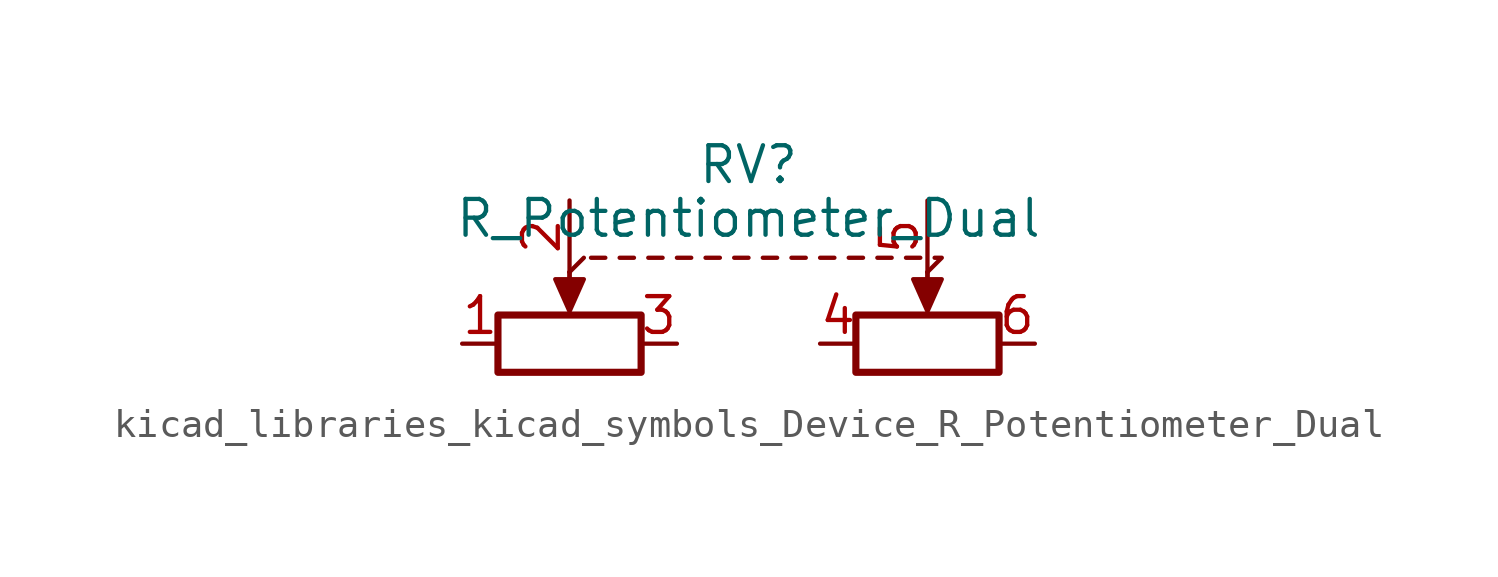
<source format=kicad_sym>
(kicad_symbol_lib
  (version 20220914)
  (generator kicad_symbol_editor)
  (symbol "kicad_libraries_kicad_symbols_Device_R_Potentiometer_Dual"
    (pin_names
      (offset 1.016) hide)
    (property "Reference" "RV"
      (at 0 3.81 0)
      (effects (font (size 1.27 1.27))))
    (property "Value" "R_Potentiometer_Dual"
      (at 0 1.905 0)
      (effects (font (size 1.27 1.27))))
    (symbol "kicad_libraries_kicad_symbols_Device_R_Potentiometer_Dual_0_1"
      (rectangle (start -8.89 -1.524) (end -3.81 -3.556) (stroke (width 0.254) (type default)) (fill (type none)))
      (polyline (pts (xy -6.35 0) (xy -6.35 -1.016)) (stroke (width 0) (type default)) (fill (type none)))
      (polyline (pts (xy -6.35 0) (xy -6.35 -1.016)) (stroke (width 0) (type default)) (fill (type none)))
      (polyline (pts (xy -6.35 0) (xy -5.842 0.508)) (stroke (width 0) (type default)) (fill (type none)))
      (polyline (pts (xy -5.588 0.508) (xy -5.08 0.508)) (stroke (width 0) (type default)) (fill (type none)))
      (polyline (pts (xy -4.572 0.508) (xy -4.064 0.508)) (stroke (width 0) (type default)) (fill (type none)))
      (polyline (pts (xy -3.556 0.508) (xy -3.048 0.508)) (stroke (width 0) (type default)) (fill (type none)))
      (polyline (pts (xy -2.54 0.508) (xy -2.032 0.508)) (stroke (width 0) (type default)) (fill (type none)))
      (polyline (pts (xy -1.524 0.508) (xy -1.016 0.508)) (stroke (width 0) (type default)) (fill (type none)))
      (polyline (pts (xy -0.508 0.508) (xy 0 0.508)) (stroke (width 0) (type default)) (fill (type none)))
      (polyline (pts (xy 0.508 0.508) (xy 1.016 0.508)) (stroke (width 0) (type default)) (fill (type none)))
      (polyline (pts (xy 1.524 0.508) (xy 2.032 0.508)) (stroke (width 0) (type default)) (fill (type none)))
      (polyline (pts (xy 2.54 0.508) (xy 3.048 0.508)) (stroke (width 0) (type default)) (fill (type none)))
      (polyline (pts (xy 3.556 0.508) (xy 4.064 0.508)) (stroke (width 0) (type default)) (fill (type none)))
      (polyline (pts (xy 4.572 0.508) (xy 5.08 0.508)) (stroke (width 0) (type default)) (fill (type none)))
      (polyline (pts (xy 5.588 0.508) (xy 6.096 0.508)) (stroke (width 0) (type default)) (fill (type none)))
      (polyline (pts (xy 6.35 0) (xy 6.35 -1.016)) (stroke (width 0) (type default)) (fill (type none)))
      (polyline (pts (xy 6.35 0) (xy 6.35 -1.016)) (stroke (width 0) (type default)) (fill (type none)))
      (polyline (pts (xy 6.604 0.508) (xy 6.858 0.508) (xy 6.35 0)) (stroke (width 0) (type default)) (fill (type none)))
      (polyline (pts (xy -6.35 -1.397) (xy -6.858 -0.254) (xy -5.842 -0.254) (xy -6.35 -1.397)) (stroke (width 0) (type default)) (fill (type outline)))
      (polyline (pts (xy 6.35 -1.397) (xy 5.842 -0.254) (xy 6.858 -0.254) (xy 6.35 -1.397)) (stroke (width 0) (type default)) (fill (type outline)))
      (rectangle (start 3.81 -1.524) (end 8.89 -3.556) (stroke (width 0.254) (type default)) (fill (type none))))
    (symbol "kicad_libraries_kicad_symbols_Device_R_Potentiometer_Dual_1_1"
      (pin passive line (at -10.16 -2.54 0) (length 1.27) (name "1" (effects (font (size 1.27 1.27)))) (number "1" (effects (font (size 1.27 1.27)))))
      (pin passive line (at -6.35 2.54 270) (length 2.54) (name "2" (effects (font (size 1.27 1.27)))) (number "2" (effects (font (size 1.27 1.27)))))
      (pin passive line (at -2.54 -2.54 180) (length 1.27) (name "3" (effects (font (size 1.27 1.27)))) (number "3" (effects (font (size 1.27 1.27)))))
      (pin passive line (at 2.54 -2.54 0) (length 1.27) (name "4" (effects (font (size 1.27 1.27)))) (number "4" (effects (font (size 1.27 1.27)))))
      (pin passive line (at 6.35 2.54 270) (length 2.54) (name "5" (effects (font (size 1.27 1.27)))) (number "5" (effects (font (size 1.27 1.27)))))
      (pin passive line (at 10.16 -2.54 180) (length 1.27) (name "6" (effects (font (size 1.27 1.27)))) (number "6" (effects (font (size 1.27 1.27))))))))
</source>
